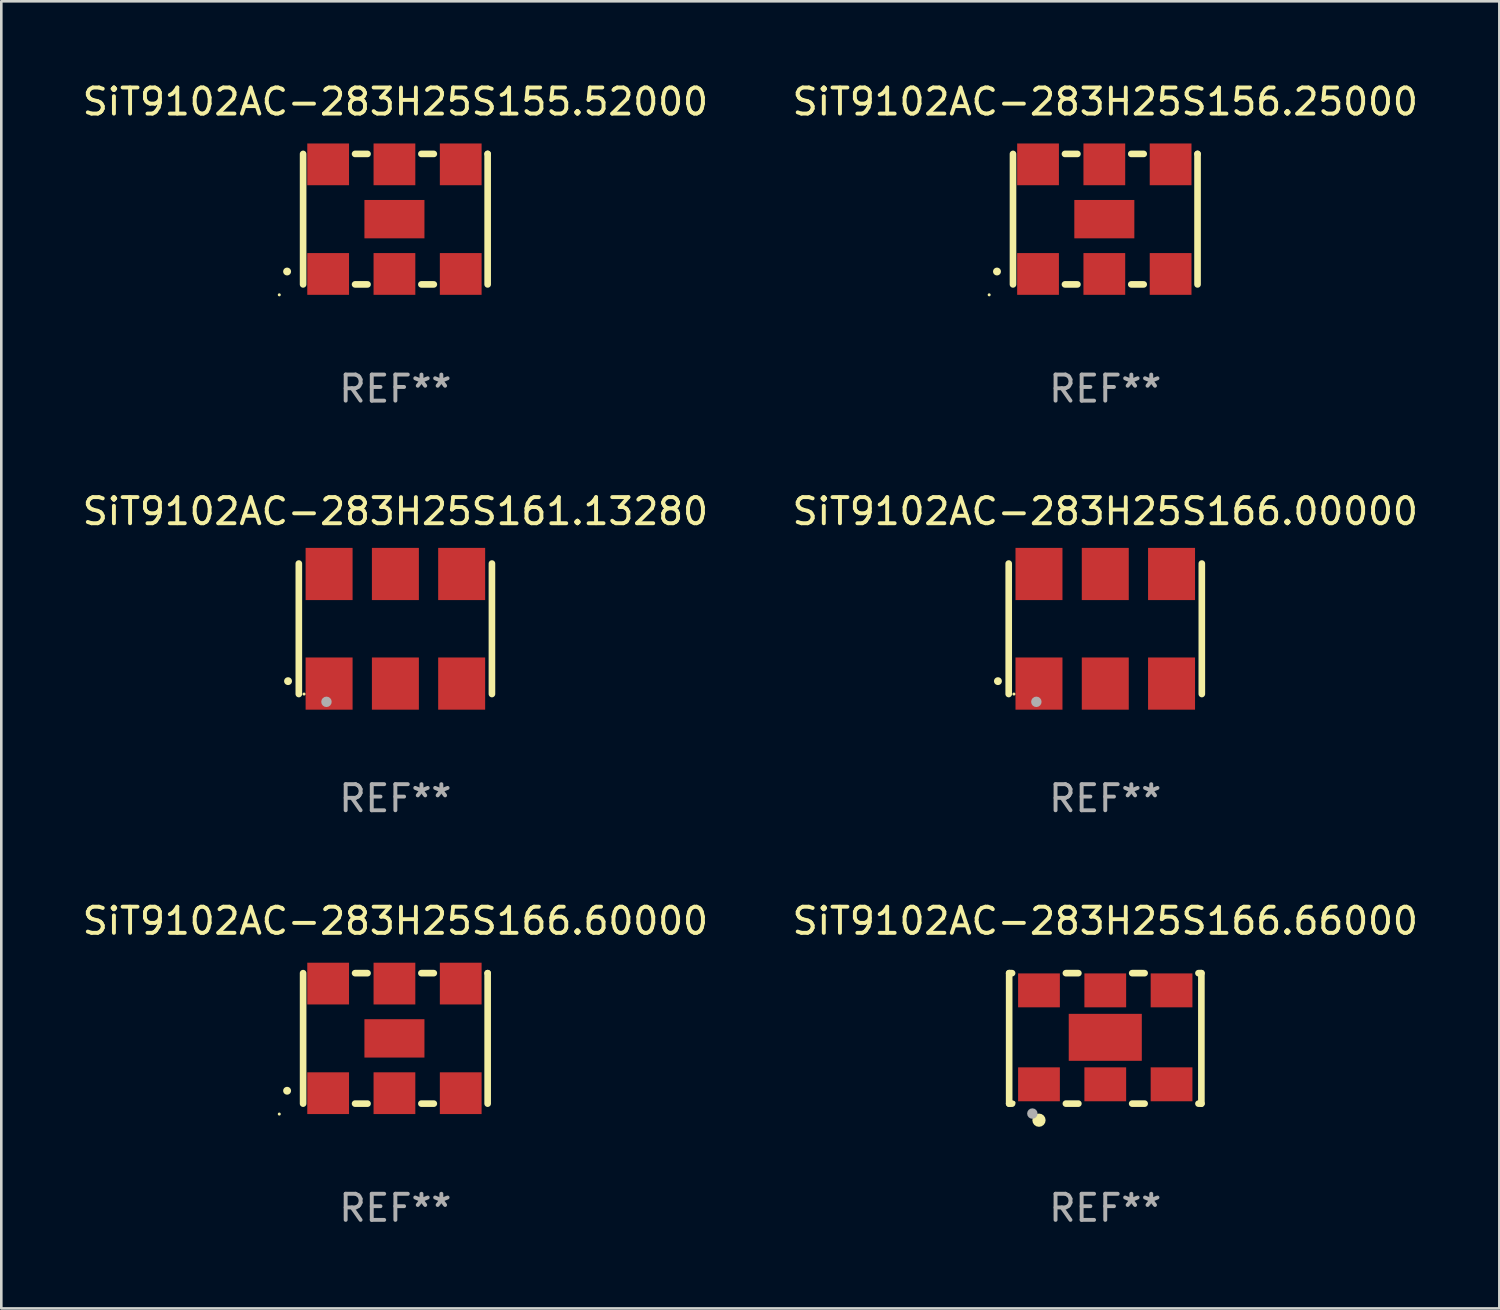
<source format=kicad_pcb>
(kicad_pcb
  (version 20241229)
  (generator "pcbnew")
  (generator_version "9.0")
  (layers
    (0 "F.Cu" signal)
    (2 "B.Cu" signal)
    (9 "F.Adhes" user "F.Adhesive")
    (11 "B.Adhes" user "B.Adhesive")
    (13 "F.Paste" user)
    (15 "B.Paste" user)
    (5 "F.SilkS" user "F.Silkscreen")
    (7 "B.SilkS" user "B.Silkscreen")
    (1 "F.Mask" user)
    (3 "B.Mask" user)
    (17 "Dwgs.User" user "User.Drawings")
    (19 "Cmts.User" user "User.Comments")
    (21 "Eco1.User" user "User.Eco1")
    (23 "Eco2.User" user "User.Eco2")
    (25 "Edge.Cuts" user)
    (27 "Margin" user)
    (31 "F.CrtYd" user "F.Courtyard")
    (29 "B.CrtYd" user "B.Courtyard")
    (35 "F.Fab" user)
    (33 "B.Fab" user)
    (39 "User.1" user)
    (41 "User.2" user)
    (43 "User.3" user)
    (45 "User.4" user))
  (footprint "SiT9102AC-283H25S166.00000"
    (layer "F.Cu")
    (at 39.304 21.045)
    (property "Reference" "SiT9102AC-283H25S166.00000" (at 0 -4.5 0) (layer "F.SilkS") (effects (font (size 1 1) (thickness 0.15))))
    (attr through_hole)
    (fp_line (start -3.7 -2.5) (end -3.7 2.5) (stroke (width 0.254) (type solid)) (layer "F.SilkS"))
    (fp_line (start 3.7 -2.5) (end 3.7 2.5) (stroke (width 0.254) (type solid)) (layer "F.SilkS"))
    (fp_arc (start -4.114415 2.006604) (mid -4.113145 2.006599) (end -4.111875 2.006604) (stroke (width 0.3) (type solid)) (layer "F.SilkS"))
    (fp_circle (center -3.5 2.501) (end -3.47 2.501) (stroke (width 0.06) (type solid)) (fill no) (layer "F.SilkS"))
    (fp_circle (center -2.641 2.799) (end -2.541 2.799) (stroke (width 0.2) (type solid)) (fill no) (layer "F.Fab"))
    (fp_text user "REF**" (at 0 6.5 0) (layer "F.Fab") (effects (font (size 1 1) (thickness 0.15))))
    (pad "1" smd rect (at -2.54 2.1) (size 1.8 2) (layers "F.Cu" "F.Mask" "F.Paste"))
    (pad "2" smd rect (at 0.000394 2.1) (size 1.8 2) (layers "F.Cu" "F.Mask" "F.Paste"))
    (pad "3" smd rect (at 2.54 2.1) (size 1.8 2) (layers "F.Cu" "F.Mask" "F.Paste"))
    (pad "4" smd rect (at 2.54 -2.1) (size 1.8 2) (layers "F.Cu" "F.Mask" "F.Paste"))
    (pad "5" smd rect (at 0.000394 -2.1) (size 1.8 2) (layers "F.Cu" "F.Mask" "F.Paste"))
    (pad "6" smd rect (at -2.54 -2.1) (size 1.8 2) (layers "F.Cu" "F.Mask" "F.Paste")))
  (footprint "SiT9102AC-283H25S155.52000"
    (layer "F.Cu")
    (at 12.101 5.348)
    (property "Reference" "SiT9102AC-283H25S155.52000" (at 0 -4.5 0) (layer "F.SilkS") (effects (font (size 1 1) (thickness 0.15))))
    (attr through_hole)
    (fp_line (start -3.536 -2.5) (end -3.536 2.5) (stroke (width 0.254) (type solid)) (layer "F.SilkS"))
    (fp_line (start -1.544 2.5) (end -1.067 2.5) (stroke (width 0.254) (type solid)) (layer "F.SilkS"))
    (fp_line (start -1.067 -2.5) (end -1.544 -2.5) (stroke (width 0.254) (type solid)) (layer "F.SilkS"))
    (fp_line (start 0.996 2.5) (end 1.473 2.5) (stroke (width 0.254) (type solid)) (layer "F.SilkS"))
    (fp_line (start 1.473 -2.5) (end 0.996 -2.5) (stroke (width 0.254) (type solid)) (layer "F.SilkS"))
    (fp_line (start 3.536 -2.5) (end 3.536 -2.5) (stroke (width 0.254) (type solid)) (layer "F.SilkS"))
    (fp_line (start 3.536 2.5) (end 3.536 -2.5) (stroke (width 0.254) (type solid)) (layer "F.SilkS"))
    (fp_arc (start -4.150432 2.006604) (mid -4.149162 2.006599) (end -4.147892 2.006604) (stroke (width 0.3) (type solid)) (layer "F.SilkS"))
    (fp_circle (center -4.449 2.9) (end -4.419 2.9) (stroke (width 0.06) (type solid)) (fill no) (layer "F.SilkS"))
    (fp_text user "REF**" (at 0 6.5 0) (layer "F.Fab") (effects (font (size 1 1) (thickness 0.15))))
    (pad "1" smd rect (at -2.576 2.1) (size 1.6 1.6) (layers "F.Cu" "F.Mask" "F.Paste"))
    (pad "2" smd rect (at -0.036 2.1) (size 1.6 1.6) (layers "F.Cu" "F.Mask" "F.Paste"))
    (pad "3" smd rect (at 2.504 2.1) (size 1.6 1.6) (layers "F.Cu" "F.Mask" "F.Paste"))
    (pad "4" smd rect (at 2.504 -2.1) (size 1.6 1.6) (layers "F.Cu" "F.Mask" "F.Paste"))
    (pad "5" smd rect (at -0.036 -2.1) (size 1.6 1.6) (layers "F.Cu" "F.Mask" "F.Paste"))
    (pad "6" smd rect (at -2.576 -2.1) (size 1.6 1.6) (layers "F.Cu" "F.Mask" "F.Paste"))
    (pad "7" smd rect (at -0.036 0) (size 2.3 1.47) (layers "F.Cu" "F.Mask" "F.Paste")))
  (footprint "SiT9102AC-283H25S156.25000"
    (layer "F.Cu")
    (at 39.304 5.348)
    (property "Reference" "SiT9102AC-283H25S156.25000" (at 0 -4.5 0) (layer "F.SilkS") (effects (font (size 1 1) (thickness 0.15))))
    (attr through_hole)
    (fp_line (start -3.536 -2.5) (end -3.536 2.5) (stroke (width 0.254) (type solid)) (layer "F.SilkS"))
    (fp_line (start -1.544 2.5) (end -1.067 2.5) (stroke (width 0.254) (type solid)) (layer "F.SilkS"))
    (fp_line (start -1.067 -2.5) (end -1.544 -2.5) (stroke (width 0.254) (type solid)) (layer "F.SilkS"))
    (fp_line (start 0.996 2.5) (end 1.473 2.5) (stroke (width 0.254) (type solid)) (layer "F.SilkS"))
    (fp_line (start 1.473 -2.5) (end 0.996 -2.5) (stroke (width 0.254) (type solid)) (layer "F.SilkS"))
    (fp_line (start 3.536 -2.5) (end 3.536 -2.5) (stroke (width 0.254) (type solid)) (layer "F.SilkS"))
    (fp_line (start 3.536 2.5) (end 3.536 -2.5) (stroke (width 0.254) (type solid)) (layer "F.SilkS"))
    (fp_arc (start -4.150432 2.006604) (mid -4.149162 2.006599) (end -4.147892 2.006604) (stroke (width 0.3) (type solid)) (layer "F.SilkS"))
    (fp_circle (center -4.449 2.9) (end -4.419 2.9) (stroke (width 0.06) (type solid)) (fill no) (layer "F.SilkS"))
    (fp_text user "REF**" (at 0 6.5 0) (layer "F.Fab") (effects (font (size 1 1) (thickness 0.15))))
    (pad "1" smd rect (at -2.576 2.1) (size 1.6 1.6) (layers "F.Cu" "F.Mask" "F.Paste"))
    (pad "2" smd rect (at -0.036 2.1) (size 1.6 1.6) (layers "F.Cu" "F.Mask" "F.Paste"))
    (pad "3" smd rect (at 2.504 2.1) (size 1.6 1.6) (layers "F.Cu" "F.Mask" "F.Paste"))
    (pad "4" smd rect (at 2.504 -2.1) (size 1.6 1.6) (layers "F.Cu" "F.Mask" "F.Paste"))
    (pad "5" smd rect (at -0.036 -2.1) (size 1.6 1.6) (layers "F.Cu" "F.Mask" "F.Paste"))
    (pad "6" smd rect (at -2.576 -2.1) (size 1.6 1.6) (layers "F.Cu" "F.Mask" "F.Paste"))
    (pad "7" smd rect (at -0.036 0) (size 2.3 1.47) (layers "F.Cu" "F.Mask" "F.Paste")))
  (footprint "SiT9102AC-283H25S161.13280"
    (layer "F.Cu")
    (at 12.101 21.045)
    (property "Reference" "SiT9102AC-283H25S161.13280" (at 0 -4.5 0) (layer "F.SilkS") (effects (font (size 1 1) (thickness 0.15))))
    (attr through_hole)
    (fp_line (start -3.7 -2.5) (end -3.7 2.5) (stroke (width 0.254) (type solid)) (layer "F.SilkS"))
    (fp_line (start 3.7 -2.5) (end 3.7 2.5) (stroke (width 0.254) (type solid)) (layer "F.SilkS"))
    (fp_arc (start -4.114415 2.006604) (mid -4.113145 2.006599) (end -4.111875 2.006604) (stroke (width 0.3) (type solid)) (layer "F.SilkS"))
    (fp_circle (center -3.5 2.501) (end -3.47 2.501) (stroke (width 0.06) (type solid)) (fill no) (layer "F.SilkS"))
    (fp_circle (center -2.641 2.799) (end -2.541 2.799) (stroke (width 0.2) (type solid)) (fill no) (layer "F.Fab"))
    (fp_text user "REF**" (at 0 6.5 0) (layer "F.Fab") (effects (font (size 1 1) (thickness 0.15))))
    (pad "1" smd rect (at -2.54 2.1) (size 1.8 2) (layers "F.Cu" "F.Mask" "F.Paste"))
    (pad "2" smd rect (at 0.000394 2.1) (size 1.8 2) (layers "F.Cu" "F.Mask" "F.Paste"))
    (pad "3" smd rect (at 2.54 2.1) (size 1.8 2) (layers "F.Cu" "F.Mask" "F.Paste"))
    (pad "4" smd rect (at 2.54 -2.1) (size 1.8 2) (layers "F.Cu" "F.Mask" "F.Paste"))
    (pad "5" smd rect (at 0.000394 -2.1) (size 1.8 2) (layers "F.Cu" "F.Mask" "F.Paste"))
    (pad "6" smd rect (at -2.54 -2.1) (size 1.8 2) (layers "F.Cu" "F.Mask" "F.Paste")))
  (footprint "SiT9102AC-283H25S166.60000"
    (layer "F.Cu")
    (at 12.101 36.741)
    (property "Reference" "SiT9102AC-283H25S166.60000" (at 0 -4.5 0) (layer "F.SilkS") (effects (font (size 1 1) (thickness 0.15))))
    (attr through_hole)
    (fp_line (start -3.536 -2.5) (end -3.536 2.5) (stroke (width 0.254) (type solid)) (layer "F.SilkS"))
    (fp_line (start -1.544 2.5) (end -1.067 2.5) (stroke (width 0.254) (type solid)) (layer "F.SilkS"))
    (fp_line (start -1.067 -2.5) (end -1.544 -2.5) (stroke (width 0.254) (type solid)) (layer "F.SilkS"))
    (fp_line (start 0.996 2.5) (end 1.473 2.5) (stroke (width 0.254) (type solid)) (layer "F.SilkS"))
    (fp_line (start 1.473 -2.5) (end 0.996 -2.5) (stroke (width 0.254) (type solid)) (layer "F.SilkS"))
    (fp_line (start 3.536 -2.5) (end 3.536 -2.5) (stroke (width 0.254) (type solid)) (layer "F.SilkS"))
    (fp_line (start 3.536 2.5) (end 3.536 -2.5) (stroke (width 0.254) (type solid)) (layer "F.SilkS"))
    (fp_arc (start -4.150432 2.006604) (mid -4.149162 2.006599) (end -4.147892 2.006604) (stroke (width 0.3) (type solid)) (layer "F.SilkS"))
    (fp_circle (center -4.449 2.9) (end -4.419 2.9) (stroke (width 0.06) (type solid)) (fill no) (layer "F.SilkS"))
    (fp_text user "REF**" (at 0 6.5 0) (layer "F.Fab") (effects (font (size 1 1) (thickness 0.15))))
    (pad "1" smd rect (at -2.576 2.1) (size 1.6 1.6) (layers "F.Cu" "F.Mask" "F.Paste"))
    (pad "2" smd rect (at -0.036 2.1) (size 1.6 1.6) (layers "F.Cu" "F.Mask" "F.Paste"))
    (pad "3" smd rect (at 2.504 2.1) (size 1.6 1.6) (layers "F.Cu" "F.Mask" "F.Paste"))
    (pad "4" smd rect (at 2.504 -2.1) (size 1.6 1.6) (layers "F.Cu" "F.Mask" "F.Paste"))
    (pad "5" smd rect (at -0.036 -2.1) (size 1.6 1.6) (layers "F.Cu" "F.Mask" "F.Paste"))
    (pad "6" smd rect (at -2.576 -2.1) (size 1.6 1.6) (layers "F.Cu" "F.Mask" "F.Paste"))
    (pad "7" smd rect (at -0.036 0) (size 2.3 1.47) (layers "F.Cu" "F.Mask" "F.Paste")))
  (footprint "SiT9102AC-283H25S166.66000"
    (layer "F.Cu")
    (at 39.304 36.741)
    (property "Reference" "SiT9102AC-283H25S166.66000" (at 0 -4.5 0) (layer "F.SilkS") (effects (font (size 1 1) (thickness 0.15))))
    (attr through_hole)
    (fp_line (start -3.683 -2.5) (end -3.571 -2.5) (stroke (width 0.254) (type solid)) (layer "F.SilkS"))
    (fp_line (start -3.683 2.5) (end -3.683 -2.5) (stroke (width 0.254) (type solid)) (layer "F.SilkS"))
    (fp_line (start -3.683 2.5) (end -3.571 2.5) (stroke (width 0.254) (type solid)) (layer "F.SilkS"))
    (fp_line (start -1.509 -2.5) (end -1.031 -2.5) (stroke (width 0.254) (type solid)) (layer "F.SilkS"))
    (fp_line (start -1.509 2.5) (end -1.031 2.5) (stroke (width 0.254) (type solid)) (layer "F.SilkS"))
    (fp_line (start 1.031 -2.5) (end 1.509 -2.5) (stroke (width 0.254) (type solid)) (layer "F.SilkS"))
    (fp_line (start 1.031 2.5) (end 1.509 2.5) (stroke (width 0.254) (type solid)) (layer "F.SilkS"))
    (fp_line (start 3.571 -2.5) (end 3.683 -2.5) (stroke (width 0.254) (type solid)) (layer "F.SilkS"))
    (fp_line (start 3.571 2.5) (end 3.683 2.5) (stroke (width 0.254) (type solid)) (layer "F.SilkS"))
    (fp_line (start 3.683 2.5) (end 3.683 -2.5) (stroke (width 0.254) (type solid)) (layer "F.SilkS"))
    (fp_circle (center -3.5 2.46) (end -3.47 2.46) (stroke (width 0.06) (type solid)) (fill no) (layer "F.SilkS"))
    (fp_circle (center -2.54 3.135) (end -2.413 3.135) (stroke (width 0.254) (type solid)) (fill no) (layer "F.SilkS"))
    (fp_circle (center -2.794 2.881) (end -2.694 2.881) (stroke (width 0.2) (type solid)) (fill no) (layer "F.Fab"))
    (fp_text user "REF**" (at 0 6.5 0) (layer "F.Fab") (effects (font (size 1 1) (thickness 0.15))))
    (pad "1" smd rect (at -2.54 1.76) (size 1.6 1.3) (layers "F.Cu" "F.Mask" "F.Paste"))
    (pad "2" smd rect (at 0 1.76) (size 1.6 1.3) (layers "F.Cu" "F.Mask" "F.Paste"))
    (pad "3" smd rect (at 2.54 1.76) (size 1.6 1.3) (layers "F.Cu" "F.Mask" "F.Paste"))
    (pad "4" smd rect (at 2.54 -1.84) (size 1.6 1.3) (layers "F.Cu" "F.Mask" "F.Paste"))
    (pad "5" smd rect (at 0 -1.84) (size 1.6 1.3) (layers "F.Cu" "F.Mask" "F.Paste"))
    (pad "6" smd rect (at -2.54 -1.84) (size 1.6 1.3) (layers "F.Cu" "F.Mask" "F.Paste"))
    (pad "7" smd rect (at 0 -0.04) (size 2.8 1.8) (layers "F.Cu" "F.Mask" "F.Paste")))
  (gr_rect
    (start -3 -3)
    (end 54.405 47.09)
    (stroke (width 0.1) (type default))
    (fill no)
    (layer "Edge.Cuts")))
</source>
